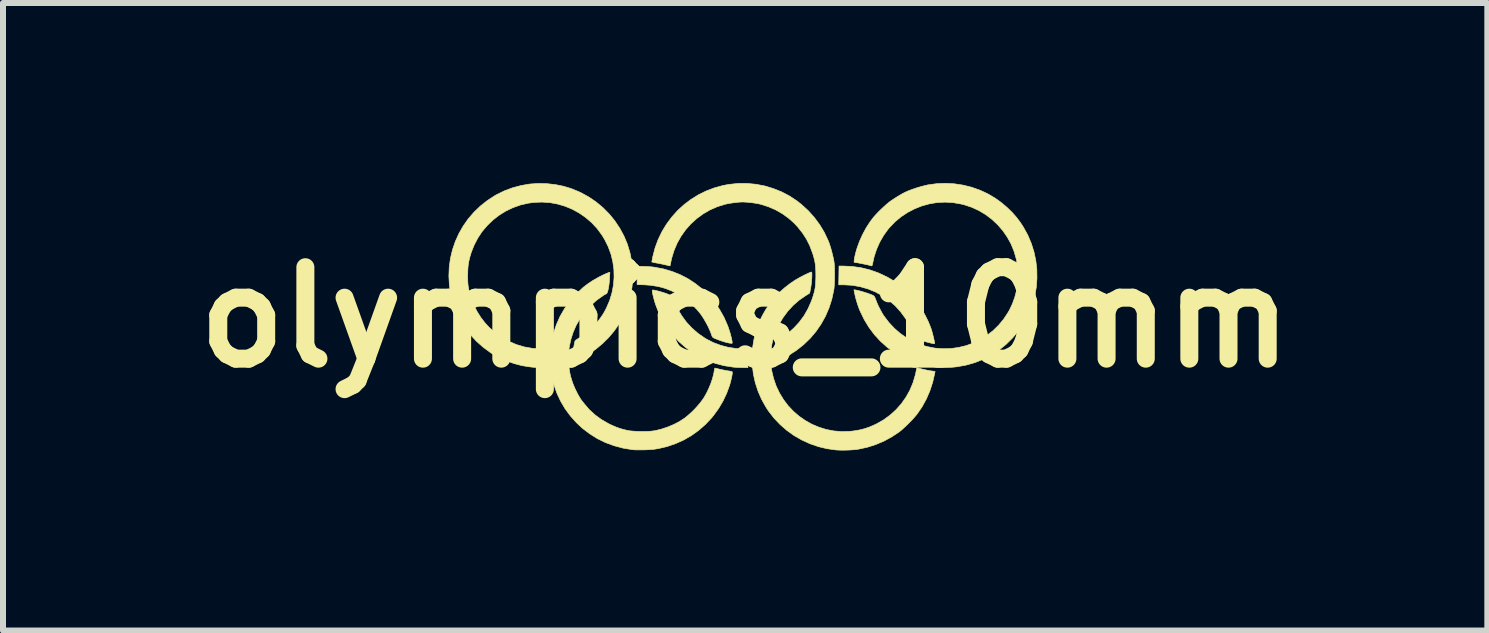
<source format=kicad_pcb>
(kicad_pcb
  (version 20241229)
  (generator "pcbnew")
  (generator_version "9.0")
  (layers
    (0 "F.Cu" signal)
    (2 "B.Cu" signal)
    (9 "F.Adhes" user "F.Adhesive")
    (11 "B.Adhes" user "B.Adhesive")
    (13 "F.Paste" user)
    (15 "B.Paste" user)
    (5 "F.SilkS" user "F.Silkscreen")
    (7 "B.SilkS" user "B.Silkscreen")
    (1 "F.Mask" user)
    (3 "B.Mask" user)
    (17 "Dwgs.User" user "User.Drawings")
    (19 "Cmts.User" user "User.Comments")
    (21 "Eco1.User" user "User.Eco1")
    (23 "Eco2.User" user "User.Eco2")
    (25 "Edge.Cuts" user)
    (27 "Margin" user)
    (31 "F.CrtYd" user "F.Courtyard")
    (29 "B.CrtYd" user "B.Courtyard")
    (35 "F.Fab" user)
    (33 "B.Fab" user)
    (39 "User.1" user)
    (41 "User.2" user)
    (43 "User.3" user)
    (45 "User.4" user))
  (footprint "olympics_10mm"
    (layer "F.Cu")
    (at 9.369 2.238)
    (property "Reference" "olympics_10mm" (at 0 0 0) (layer "F.SilkS") (effects (font (size 1.524 1.524) (thickness 0.3))))
    (attr exclude_from_pos_files exclude_from_bom)
    (fp_poly (pts (xy -1.525 -0.454) (xy -1.519 -0.453) (xy -1.476 -0.444) (xy -1.427 -0.431) (xy -1.376 -0.416) (xy -1.327 -0.4) (xy -1.283 -0.384) (xy -1.249 -0.369) (xy -1.233 -0.36) (xy -1.221 -0.35) (xy -1.21 -0.334) (xy -1.198 -0.309) (xy -1.183 -0.272) (xy -1.181 -0.268) (xy -1.127 -0.144) (xy -1.059 -0.028) (xy -0.98 0.08) (xy -0.888 0.179) (xy -0.786 0.268) (xy -0.674 0.346) (xy -0.642 0.365) (xy -0.53 0.422) (xy -0.41 0.467) (xy -0.284 0.5) (xy -0.155 0.52) (xy -0.032 0.526) (xy 0.046 0.526) (xy 0.046 0.839) (xy -0.044 0.838) (xy -0.088 0.837) (xy -0.136 0.835) (xy -0.18 0.832) (xy -0.202 0.83) (xy -0.349 0.807) (xy -0.491 0.771) (xy -0.629 0.72) (xy -0.76 0.657) (xy -0.885 0.582) (xy -1.002 0.496) (xy -1.111 0.399) (xy -1.21 0.291) (xy -1.299 0.175) (xy -1.377 0.05) (xy -1.443 -0.084) (xy -1.497 -0.224) (xy -1.497 -0.225) (xy -1.51 -0.267) (xy -1.522 -0.312) (xy -1.533 -0.355) (xy -1.542 -0.393) (xy -1.547 -0.423) (xy -1.548 -0.437) (xy -1.547 -0.451) (xy -1.541 -0.455) (xy -1.525 -0.454)) (stroke (width 0.01) (type solid)) (fill yes) (layer "F.SilkS"))
    (fp_poly (pts (xy 1.63 -0.854) (xy 1.786 -0.847) (xy 1.937 -0.825) (xy 2.084 -0.788) (xy 2.227 -0.737) (xy 2.367 -0.671) (xy 2.504 -0.59) (xy 2.547 -0.561) (xy 2.582 -0.534) (xy 2.625 -0.497) (xy 2.672 -0.454) (xy 2.721 -0.406) (xy 2.769 -0.356) (xy 2.814 -0.307) (xy 2.854 -0.262) (xy 2.886 -0.222) (xy 2.892 -0.213) (xy 2.951 -0.122) (xy 3.006 -0.022) (xy 3.056 0.081) (xy 3.096 0.182) (xy 3.105 0.209) (xy 3.113 0.236) (xy 3.122 0.27) (xy 3.132 0.308) (xy 3.141 0.346) (xy 3.149 0.381) (xy 3.154 0.409) (xy 3.157 0.427) (xy 3.157 0.429) (xy 3.157 0.436) (xy 3.154 0.44) (xy 3.147 0.44) (xy 3.131 0.438) (xy 3.103 0.432) (xy 3.096 0.43) (xy 3.039 0.416) (xy 2.979 0.399) (xy 2.92 0.379) (xy 2.871 0.359) (xy 2.867 0.357) (xy 2.818 0.335) (xy 2.799 0.278) (xy 2.778 0.22) (xy 2.749 0.155) (xy 2.714 0.089) (xy 2.677 0.026) (xy 2.67 0.016) (xy 2.589 -0.094) (xy 2.498 -0.194) (xy 2.397 -0.282) (xy 2.288 -0.358) (xy 2.172 -0.422) (xy 2.049 -0.472) (xy 1.921 -0.509) (xy 1.789 -0.533) (xy 1.652 -0.541) (xy 1.643 -0.541) (xy 1.559 -0.541) (xy 1.562 -0.698) (xy 1.564 -0.854) (xy 1.63 -0.854)) (stroke (width 0.01) (type solid)) (fill yes) (layer "F.SilkS"))
    (fp_poly (pts (xy -1.692 -0.848) (xy -1.65 -0.846) (xy -1.606 -0.844) (xy -1.565 -0.841) (xy -1.528 -0.837) (xy -1.515 -0.835) (xy -1.365 -0.807) (xy -1.221 -0.765) (xy -1.083 -0.71) (xy -0.952 -0.642) (xy -0.829 -0.561) (xy -0.714 -0.47) (xy -0.608 -0.367) (xy -0.512 -0.254) (xy -0.427 -0.131) (xy -0.353 0.00023) (xy -0.292 0.14) (xy -0.286 0.156) (xy -0.267 0.212) (xy -0.248 0.272) (xy -0.233 0.331) (xy -0.221 0.384) (xy -0.218 0.402) (xy -0.215 0.422) (xy -0.217 0.432) (xy -0.225 0.434) (xy -0.23 0.434) (xy -0.247 0.432) (xy -0.273 0.428) (xy -0.294 0.423) (xy -0.331 0.414) (xy -0.377 0.4) (xy -0.427 0.383) (xy -0.474 0.365) (xy -0.507 0.352) (xy -0.527 0.342) (xy -0.54 0.333) (xy -0.549 0.32) (xy -0.558 0.299) (xy -0.564 0.28) (xy -0.588 0.219) (xy -0.619 0.151) (xy -0.656 0.082) (xy -0.695 0.015) (xy -0.736 -0.046) (xy -0.774 -0.095) (xy -0.812 -0.138) (xy -0.857 -0.183) (xy -0.905 -0.228) (xy -0.952 -0.269) (xy -0.994 -0.303) (xy -0.996 -0.304) (xy -1.107 -0.377) (xy -1.219 -0.437) (xy -1.333 -0.482) (xy -1.453 -0.514) (xy -1.579 -0.534) (xy -1.676 -0.541) (xy -1.801 -0.545) (xy -1.8 -0.694) (xy -1.799 -0.74) (xy -1.799 -0.78) (xy -1.798 -0.813) (xy -1.797 -0.836) (xy -1.795 -0.846) (xy -1.795 -0.846) (xy -1.785 -0.848) (xy -1.763 -0.849) (xy -1.731 -0.849) (xy -1.692 -0.848)) (stroke (width 0.01) (type solid)) (fill yes) (layer "F.SilkS"))
    (fp_poly (pts (xy 1.11 -0.748) (xy 1.112 -0.728) (xy 1.112 -0.699) (xy 1.111 -0.662) (xy 1.108 -0.62) (xy 1.104 -0.576) (xy 1.099 -0.533) (xy 1.093 -0.493) (xy 1.091 -0.479) (xy 1.084 -0.447) (xy 1.079 -0.421) (xy 1.075 -0.405) (xy 1.073 -0.401) (xy 1.066 -0.396) (xy 1.049 -0.386) (xy 1.025 -0.371) (xy 1.01 -0.362) (xy 0.902 -0.288) (xy 0.802 -0.201) (xy 0.712 -0.104) (xy 0.632 0.004) (xy 0.563 0.12) (xy 0.506 0.244) (xy 0.462 0.375) (xy 0.462 0.375) (xy 0.445 0.45) (xy 0.434 0.535) (xy 0.428 0.626) (xy 0.427 0.718) (xy 0.432 0.808) (xy 0.442 0.888) (xy 0.473 1.019) (xy 0.516 1.144) (xy 0.572 1.262) (xy 0.639 1.372) (xy 0.716 1.474) (xy 0.803 1.566) (xy 0.899 1.649) (xy 1.003 1.721) (xy 1.113 1.783) (xy 1.23 1.832) (xy 1.352 1.87) (xy 1.478 1.894) (xy 1.608 1.905) (xy 1.741 1.901) (xy 1.801 1.895) (xy 1.9 1.879) (xy 1.989 1.857) (xy 2.076 1.827) (xy 2.165 1.788) (xy 2.19 1.776) (xy 2.308 1.709) (xy 2.416 1.63) (xy 2.515 1.54) (xy 2.603 1.441) (xy 2.68 1.332) (xy 2.745 1.216) (xy 2.797 1.092) (xy 2.836 0.961) (xy 2.845 0.92) (xy 2.851 0.888) (xy 2.857 0.862) (xy 2.861 0.846) (xy 2.862 0.842) (xy 2.869 0.843) (xy 2.889 0.847) (xy 2.916 0.854) (xy 2.945 0.862) (xy 2.988 0.872) (xy 3.035 0.882) (xy 3.078 0.89) (xy 3.096 0.893) (xy 3.165 0.902) (xy 3.16 0.929) (xy 3.126 1.079) (xy 3.079 1.224) (xy 3.019 1.363) (xy 2.947 1.494) (xy 2.863 1.616) (xy 2.853 1.628) (xy 2.823 1.663) (xy 2.786 1.705) (xy 2.742 1.75) (xy 2.697 1.795) (xy 2.652 1.837) (xy 2.61 1.875) (xy 2.575 1.904) (xy 2.568 1.909) (xy 2.445 1.991) (xy 2.315 2.062) (xy 2.179 2.12) (xy 2.039 2.165) (xy 1.898 2.196) (xy 1.853 2.203) (xy 1.801 2.208) (xy 1.739 2.212) (xy 1.674 2.214) (xy 1.609 2.215) (xy 1.55 2.213) (xy 1.514 2.211) (xy 1.364 2.19) (xy 1.218 2.155) (xy 1.077 2.106) (xy 0.942 2.044) (xy 0.813 1.97) (xy 0.692 1.883) (xy 0.58 1.785) (xy 0.478 1.677) (xy 0.386 1.558) (xy 0.347 1.498) (xy 0.274 1.368) (xy 0.215 1.232) (xy 0.169 1.091) (xy 0.137 0.947) (xy 0.119 0.8) (xy 0.114 0.653) (xy 0.124 0.505) (xy 0.148 0.359) (xy 0.185 0.215) (xy 0.237 0.075) (xy 0.258 0.029) (xy 0.282 -0.02) (xy 0.311 -0.073) (xy 0.342 -0.127) (xy 0.373 -0.175) (xy 0.4 -0.216) (xy 0.407 -0.225) (xy 0.425 -0.247) (xy 0.448 -0.276) (xy 0.476 -0.308) (xy 0.505 -0.341) (xy 0.533 -0.372) (xy 0.556 -0.398) (xy 0.574 -0.416) (xy 0.577 -0.42) (xy 0.663 -0.496) (xy 0.747 -0.561) (xy 0.831 -0.618) (xy 0.885 -0.649) (xy 0.92 -0.669) (xy 0.959 -0.689) (xy 0.998 -0.709) (xy 1.035 -0.726) (xy 1.067 -0.741) (xy 1.091 -0.751) (xy 1.105 -0.755) (xy 1.106 -0.755) (xy 1.11 -0.748)) (stroke (width 0.01) (type solid)) (fill yes) (layer "F.SilkS"))
    (fp_poly (pts (xy 0.18 -2.217) (xy 0.326 -2.189) (xy 0.468 -2.146) (xy 0.606 -2.091) (xy 0.738 -2.022) (xy 0.862 -1.94) (xy 0.938 -1.88) (xy 1.051 -1.777) (xy 1.152 -1.664) (xy 1.242 -1.543) (xy 1.319 -1.415) (xy 1.382 -1.281) (xy 1.396 -1.247) (xy 1.411 -1.203) (xy 1.428 -1.149) (xy 1.444 -1.09) (xy 1.459 -1.029) (xy 1.472 -0.973) (xy 1.481 -0.926) (xy 1.485 -0.888) (xy 1.488 -0.837) (xy 1.49 -0.778) (xy 1.491 -0.714) (xy 1.49 -0.649) (xy 1.488 -0.586) (xy 1.485 -0.529) (xy 1.481 -0.481) (xy 1.477 -0.454) (xy 1.444 -0.301) (xy 1.397 -0.155) (xy 1.337 -0.016) (xy 1.264 0.115) (xy 1.179 0.238) (xy 1.082 0.352) (xy 0.973 0.457) (xy 0.854 0.551) (xy 0.724 0.635) (xy 0.71 0.643) (xy 0.679 0.659) (xy 0.644 0.677) (xy 0.607 0.695) (xy 0.571 0.712) (xy 0.54 0.726) (xy 0.516 0.735) (xy 0.502 0.74) (xy 0.501 0.74) (xy 0.498 0.732) (xy 0.496 0.71) (xy 0.497 0.672) (xy 0.498 0.635) (xy 0.501 0.589) (xy 0.505 0.542) (xy 0.51 0.496) (xy 0.517 0.455) (xy 0.523 0.421) (xy 0.529 0.399) (xy 0.532 0.391) (xy 0.541 0.384) (xy 0.559 0.371) (xy 0.583 0.355) (xy 0.591 0.35) (xy 0.707 0.27) (xy 0.81 0.181) (xy 0.902 0.081) (xy 0.982 -0.027) (xy 1.049 -0.145) (xy 1.105 -0.272) (xy 1.127 -0.336) (xy 1.145 -0.394) (xy 1.158 -0.445) (xy 1.167 -0.495) (xy 1.173 -0.547) (xy 1.176 -0.605) (xy 1.178 -0.673) (xy 1.178 -0.694) (xy 1.177 -0.769) (xy 1.174 -0.833) (xy 1.168 -0.889) (xy 1.159 -0.943) (xy 1.145 -0.997) (xy 1.128 -1.056) (xy 1.121 -1.075) (xy 1.076 -1.195) (xy 1.021 -1.304) (xy 0.955 -1.406) (xy 0.877 -1.504) (xy 0.822 -1.564) (xy 0.727 -1.649) (xy 0.622 -1.725) (xy 0.509 -1.79) (xy 0.389 -1.842) (xy 0.265 -1.882) (xy 0.261 -1.883) (xy 0.212 -1.894) (xy 0.153 -1.904) (xy 0.091 -1.912) (xy 0.031 -1.918) (xy -0.022 -1.921) (xy -0.038 -1.922) (xy -0.087 -1.92) (xy -0.144 -1.915) (xy -0.206 -1.907) (xy -0.266 -1.898) (xy -0.32 -1.887) (xy -0.337 -1.883) (xy -0.466 -1.843) (xy -0.588 -1.789) (xy -0.702 -1.723) (xy -0.808 -1.645) (xy -0.905 -1.557) (xy -0.992 -1.459) (xy -1.068 -1.352) (xy -1.133 -1.237) (xy -1.185 -1.114) (xy -1.225 -0.985) (xy -1.239 -0.919) (xy -1.245 -0.891) (xy -1.249 -0.869) (xy -1.252 -0.858) (xy -1.253 -0.857) (xy -1.26 -0.858) (xy -1.279 -0.862) (xy -1.307 -0.869) (xy -1.324 -0.873) (xy -1.363 -0.882) (xy -1.41 -0.892) (xy -1.456 -0.901) (xy -1.474 -0.904) (xy -1.507 -0.91) (xy -1.534 -0.916) (xy -1.551 -0.921) (xy -1.556 -0.924) (xy -1.554 -0.934) (xy -1.55 -0.956) (xy -1.544 -0.985) (xy -1.54 -1.009) (xy -1.502 -1.155) (xy -1.451 -1.294) (xy -1.387 -1.427) (xy -1.311 -1.552) (xy -1.224 -1.669) (xy -1.127 -1.778) (xy -1.02 -1.876) (xy -0.904 -1.964) (xy -0.78 -2.041) (xy -0.648 -2.106) (xy -0.51 -2.158) (xy -0.367 -2.197) (xy -0.269 -2.215) (xy -0.118 -2.231) (xy 0.032 -2.231) (xy 0.18 -2.217)) (stroke (width 0.01) (type solid)) (fill yes) (layer "F.SilkS"))
    (fp_poly (pts (xy -3.302 -2.227) (xy -3.161 -2.211) (xy -3.028 -2.184) (xy -2.902 -2.146) (xy -2.777 -2.095) (xy -2.741 -2.079) (xy -2.608 -2.006) (xy -2.484 -1.922) (xy -2.369 -1.826) (xy -2.265 -1.721) (xy -2.172 -1.607) (xy -2.09 -1.484) (xy -2.02 -1.354) (xy -1.963 -1.218) (xy -1.92 -1.075) (xy -1.89 -0.928) (xy -1.884 -0.881) (xy -1.879 -0.825) (xy -1.877 -0.758) (xy -1.876 -0.687) (xy -1.878 -0.615) (xy -1.882 -0.547) (xy -1.887 -0.494) (xy -1.911 -0.357) (xy -1.949 -0.22) (xy -2 -0.085) (xy -2.063 0.044) (xy -2.104 0.114) (xy -2.183 0.228) (xy -2.275 0.337) (xy -2.377 0.438) (xy -2.488 0.53) (xy -2.606 0.611) (xy -2.64 0.632) (xy -2.678 0.653) (xy -2.718 0.673) (xy -2.758 0.693) (xy -2.795 0.71) (xy -2.827 0.723) (xy -2.852 0.732) (xy -2.867 0.735) (xy -2.869 0.735) (xy -2.873 0.725) (xy -2.874 0.702) (xy -2.874 0.669) (xy -2.871 0.629) (xy -2.867 0.583) (xy -2.861 0.535) (xy -2.855 0.487) (xy -2.847 0.442) (xy -2.84 0.408) (xy -2.835 0.395) (xy -2.824 0.382) (xy -2.804 0.368) (xy -2.777 0.351) (xy -2.698 0.299) (xy -2.618 0.236) (xy -2.542 0.165) (xy -2.472 0.09) (xy -2.43 0.036) (xy -2.4 -0.006) (xy -2.375 -0.042) (xy -2.354 -0.077) (xy -2.332 -0.117) (xy -2.311 -0.158) (xy -2.258 -0.281) (xy -2.22 -0.407) (xy -2.195 -0.536) (xy -2.185 -0.666) (xy -2.188 -0.797) (xy -2.206 -0.927) (xy -2.237 -1.054) (xy -2.283 -1.178) (xy -2.342 -1.297) (xy -2.386 -1.369) (xy -2.466 -1.478) (xy -2.557 -1.576) (xy -2.657 -1.662) (xy -2.765 -1.737) (xy -2.879 -1.8) (xy -2.999 -1.85) (xy -3.124 -1.887) (xy -3.253 -1.911) (xy -3.384 -1.92) (xy -3.517 -1.915) (xy -3.614 -1.902) (xy -3.745 -1.872) (xy -3.871 -1.827) (xy -3.99 -1.77) (xy -4.101 -1.701) (xy -4.205 -1.62) (xy -4.299 -1.529) (xy -4.384 -1.429) (xy -4.457 -1.319) (xy -4.518 -1.201) (xy -4.567 -1.077) (xy -4.567 -1.075) (xy -4.589 -1.002) (xy -4.605 -0.935) (xy -4.616 -0.868) (xy -4.622 -0.798) (xy -4.624 -0.719) (xy -4.625 -0.694) (xy -4.624 -0.637) (xy -4.623 -0.591) (xy -4.62 -0.553) (xy -4.616 -0.518) (xy -4.61 -0.482) (xy -4.607 -0.466) (xy -4.575 -0.343) (xy -4.53 -0.222) (xy -4.473 -0.105) (xy -4.405 0.004) (xy -4.327 0.104) (xy -4.264 0.171) (xy -4.161 0.261) (xy -4.05 0.339) (xy -3.932 0.404) (xy -3.809 0.456) (xy -3.681 0.494) (xy -3.549 0.517) (xy -3.415 0.526) (xy -3.407 0.526) (xy -3.325 0.526) (xy -3.325 0.839) (xy -3.41 0.838) (xy -3.448 0.837) (xy -3.481 0.836) (xy -3.507 0.835) (xy -3.519 0.834) (xy -3.537 0.832) (xy -3.565 0.829) (xy -3.598 0.825) (xy -3.614 0.823) (xy -3.726 0.804) (xy -3.842 0.774) (xy -3.958 0.734) (xy -4.072 0.685) (xy -4.18 0.629) (xy -4.244 0.589) (xy -4.366 0.499) (xy -4.479 0.399) (xy -4.581 0.288) (xy -4.671 0.169) (xy -4.749 0.043) (xy -4.815 -0.091) (xy -4.867 -0.23) (xy -4.905 -0.375) (xy -4.907 -0.385) (xy -4.93 -0.537) (xy -4.938 -0.687) (xy -4.932 -0.836) (xy -4.912 -0.982) (xy -4.878 -1.124) (xy -4.831 -1.262) (xy -4.771 -1.395) (xy -4.699 -1.521) (xy -4.615 -1.641) (xy -4.519 -1.752) (xy -4.412 -1.855) (xy -4.294 -1.948) (xy -4.166 -2.031) (xy -4.144 -2.043) (xy -4.014 -2.107) (xy -3.877 -2.158) (xy -3.735 -2.196) (xy -3.59 -2.221) (xy -3.444 -2.231) (xy -3.302 -2.227)) (stroke (width 0.01) (type solid)) (fill yes) (layer "F.SilkS"))
    (fp_poly (pts (xy -2.26 -0.659) (xy -2.264 -0.592) (xy -2.271 -0.533) (xy -2.279 -0.481) (xy -2.289 -0.44) (xy -2.299 -0.41) (xy -2.31 -0.393) (xy -2.318 -0.389) (xy -2.329 -0.385) (xy -2.347 -0.375) (xy -2.358 -0.368) (xy -2.475 -0.285) (xy -2.578 -0.194) (xy -2.669 -0.094) (xy -2.748 0.015) (xy -2.816 0.133) (xy -2.818 0.137) (xy -2.867 0.25) (xy -2.904 0.365) (xy -2.928 0.475) (xy -2.934 0.513) (xy -2.939 0.545) (xy -2.941 0.576) (xy -2.943 0.61) (xy -2.943 0.65) (xy -2.942 0.701) (xy -2.941 0.719) (xy -2.938 0.797) (xy -2.932 0.865) (xy -2.922 0.926) (xy -2.909 0.986) (xy -2.89 1.048) (xy -2.875 1.094) (xy -2.857 1.139) (xy -2.835 1.19) (xy -2.81 1.241) (xy -2.784 1.292) (xy -2.758 1.336) (xy -2.735 1.373) (xy -2.722 1.39) (xy -2.714 1.401) (xy -2.699 1.419) (xy -2.685 1.437) (xy -2.6 1.537) (xy -2.503 1.626) (xy -2.395 1.705) (xy -2.278 1.772) (xy -2.269 1.777) (xy -2.2 1.809) (xy -2.138 1.835) (xy -2.077 1.856) (xy -2.011 1.874) (xy -1.964 1.885) (xy -1.917 1.893) (xy -1.858 1.898) (xy -1.793 1.902) (xy -1.724 1.903) (xy -1.655 1.903) (xy -1.59 1.9) (xy -1.534 1.894) (xy -1.498 1.889) (xy -1.393 1.863) (xy -1.289 1.828) (xy -1.189 1.786) (xy -1.097 1.738) (xy -1.017 1.686) (xy -1.003 1.676) (xy -0.981 1.659) (xy -0.961 1.642) (xy -0.939 1.623) (xy -0.912 1.599) (xy -0.892 1.581) (xy -0.854 1.544) (xy -0.813 1.5) (xy -0.771 1.452) (xy -0.733 1.405) (xy -0.702 1.362) (xy -0.688 1.342) (xy -0.646 1.268) (xy -0.607 1.187) (xy -0.572 1.103) (xy -0.544 1.02) (xy -0.524 0.941) (xy -0.514 0.886) (xy -0.51 0.864) (xy -0.506 0.85) (xy -0.504 0.846) (xy -0.495 0.848) (xy -0.475 0.853) (xy -0.446 0.86) (xy -0.427 0.865) (xy -0.384 0.874) (xy -0.337 0.884) (xy -0.293 0.892) (xy -0.284 0.893) (xy -0.251 0.898) (xy -0.23 0.902) (xy -0.219 0.906) (xy -0.215 0.912) (xy -0.214 0.921) (xy -0.214 0.924) (xy -0.216 0.945) (xy -0.221 0.976) (xy -0.229 1.015) (xy -0.239 1.057) (xy -0.25 1.099) (xy -0.259 1.132) (xy -0.307 1.263) (xy -0.368 1.393) (xy -0.441 1.517) (xy -0.526 1.635) (xy -0.561 1.678) (xy -0.663 1.786) (xy -0.775 1.884) (xy -0.896 1.971) (xy -1.025 2.045) (xy -1.161 2.106) (xy -1.301 2.154) (xy -1.446 2.188) (xy -1.52 2.2) (xy -1.557 2.203) (xy -1.605 2.206) (xy -1.658 2.209) (xy -1.714 2.21) (xy -1.768 2.21) (xy -1.817 2.21) (xy -1.858 2.208) (xy -1.88 2.206) (xy -2.037 2.18) (xy -2.187 2.14) (xy -2.33 2.087) (xy -2.465 2.021) (xy -2.592 1.941) (xy -2.713 1.849) (xy -2.81 1.758) (xy -2.911 1.646) (xy -3 1.526) (xy -3.076 1.397) (xy -3.139 1.262) (xy -3.189 1.12) (xy -3.224 0.974) (xy -3.241 0.865) (xy -3.252 0.712) (xy -3.247 0.561) (xy -3.228 0.411) (xy -3.194 0.265) (xy -3.146 0.122) (xy -3.085 -0.015) (xy -3.009 -0.147) (xy -2.92 -0.272) (xy -2.89 -0.309) (xy -2.87 -0.331) (xy -2.842 -0.361) (xy -2.809 -0.394) (xy -2.773 -0.429) (xy -2.739 -0.461) (xy -2.709 -0.489) (xy -2.696 -0.501) (xy -2.621 -0.558) (xy -2.537 -0.614) (xy -2.447 -0.665) (xy -2.401 -0.689) (xy -2.364 -0.707) (xy -2.329 -0.723) (xy -2.3 -0.735) (xy -2.281 -0.743) (xy -2.277 -0.744) (xy -2.255 -0.75) (xy -2.26 -0.659)) (stroke (width 0.01) (type solid)) (fill yes) (layer "F.SilkS"))
    (fp_poly (pts (xy 3.485 -2.225) (xy 3.631 -2.203) (xy 3.773 -2.168) (xy 3.911 -2.119) (xy 4.044 -2.058) (xy 4.17 -1.983) (xy 4.267 -1.913) (xy 4.363 -1.832) (xy 4.447 -1.751) (xy 4.522 -1.666) (xy 4.59 -1.575) (xy 4.637 -1.502) (xy 4.71 -1.37) (xy 4.768 -1.233) (xy 4.813 -1.091) (xy 4.844 -0.945) (xy 4.861 -0.798) (xy 4.863 -0.649) (xy 4.852 -0.5) (xy 4.826 -0.353) (xy 4.785 -0.209) (xy 4.769 -0.161) (xy 4.709 -0.023) (xy 4.636 0.108) (xy 4.551 0.232) (xy 4.454 0.347) (xy 4.347 0.452) (xy 4.23 0.547) (xy 4.104 0.629) (xy 4.093 0.635) (xy 3.961 0.703) (xy 3.823 0.757) (xy 3.678 0.798) (xy 3.526 0.825) (xy 3.508 0.827) (xy 3.459 0.832) (xy 3.401 0.835) (xy 3.341 0.837) (xy 3.283 0.837) (xy 3.231 0.836) (xy 3.195 0.834) (xy 3.039 0.81) (xy 2.889 0.773) (xy 2.746 0.723) (xy 2.61 0.66) (xy 2.482 0.584) (xy 2.363 0.496) (xy 2.253 0.397) (xy 2.152 0.287) (xy 2.062 0.166) (xy 1.982 0.034) (xy 1.914 -0.107) (xy 1.898 -0.146) (xy 1.88 -0.197) (xy 1.861 -0.256) (xy 1.843 -0.318) (xy 1.829 -0.377) (xy 1.819 -0.426) (xy 1.813 -0.459) (xy 1.846 -0.454) (xy 1.885 -0.446) (xy 1.93 -0.434) (xy 1.978 -0.42) (xy 2.026 -0.405) (xy 2.071 -0.389) (xy 2.109 -0.375) (xy 2.136 -0.362) (xy 2.143 -0.357) (xy 2.154 -0.345) (xy 2.166 -0.322) (xy 2.177 -0.292) (xy 2.178 -0.29) (xy 2.197 -0.24) (xy 2.223 -0.182) (xy 2.254 -0.123) (xy 2.285 -0.066) (xy 2.312 -0.023) (xy 2.394 0.085) (xy 2.486 0.184) (xy 2.587 0.271) (xy 2.697 0.347) (xy 2.813 0.41) (xy 2.936 0.46) (xy 3.031 0.488) (xy 3.164 0.514) (xy 3.296 0.524) (xy 3.427 0.521) (xy 3.555 0.503) (xy 3.681 0.473) (xy 3.802 0.429) (xy 3.918 0.372) (xy 4.027 0.304) (xy 4.13 0.224) (xy 4.224 0.132) (xy 4.309 0.03) (xy 4.383 -0.083) (xy 4.407 -0.125) (xy 4.454 -0.225) (xy 4.493 -0.333) (xy 4.523 -0.447) (xy 4.543 -0.56) (xy 4.552 -0.67) (xy 4.552 -0.694) (xy 4.551 -0.738) (xy 4.546 -0.79) (xy 4.539 -0.848) (xy 4.531 -0.905) (xy 4.522 -0.957) (xy 4.518 -0.974) (xy 4.481 -1.101) (xy 4.431 -1.223) (xy 4.368 -1.337) (xy 4.293 -1.445) (xy 4.208 -1.543) (xy 4.113 -1.632) (xy 4.009 -1.711) (xy 3.897 -1.778) (xy 3.778 -1.833) (xy 3.652 -1.875) (xy 3.602 -1.887) (xy 3.466 -1.911) (xy 3.333 -1.919) (xy 3.202 -1.913) (xy 3.071 -1.891) (xy 2.944 -1.856) (xy 2.824 -1.808) (xy 2.708 -1.748) (xy 2.599 -1.676) (xy 2.499 -1.593) (xy 2.41 -1.501) (xy 2.382 -1.468) (xy 2.307 -1.364) (xy 2.242 -1.251) (xy 2.19 -1.133) (xy 2.15 -1.012) (xy 2.127 -0.909) (xy 2.121 -0.88) (xy 2.116 -0.864) (xy 2.11 -0.857) (xy 2.105 -0.857) (xy 2.073 -0.866) (xy 2.033 -0.876) (xy 1.989 -0.885) (xy 1.943 -0.895) (xy 1.9 -0.903) (xy 1.862 -0.91) (xy 1.834 -0.914) (xy 1.819 -0.915) (xy 1.816 -0.922) (xy 1.816 -0.941) (xy 1.82 -0.971) (xy 1.827 -1.01) (xy 1.837 -1.054) (xy 1.85 -1.103) (xy 1.864 -1.151) (xy 1.906 -1.267) (xy 1.958 -1.382) (xy 2.018 -1.493) (xy 2.085 -1.596) (xy 2.145 -1.674) (xy 2.179 -1.712) (xy 2.221 -1.756) (xy 2.268 -1.802) (xy 2.316 -1.847) (xy 2.361 -1.887) (xy 2.4 -1.919) (xy 2.406 -1.924) (xy 2.444 -1.951) (xy 2.49 -1.981) (xy 2.54 -2.013) (xy 2.589 -2.042) (xy 2.633 -2.067) (xy 2.658 -2.08) (xy 2.713 -2.105) (xy 2.779 -2.13) (xy 2.851 -2.155) (xy 2.925 -2.177) (xy 2.997 -2.196) (xy 3.046 -2.207) (xy 3.192 -2.227) (xy 3.339 -2.233) (xy 3.485 -2.225)) (stroke (width 0.01) (type solid)) (fill yes) (layer "F.SilkS")))
  (gr_rect
    (start -3 -3)
    (end 21.738 7.458)
    (stroke (width 0.1) (type default))
    (fill no)
    (layer "Edge.Cuts")))
</source>
